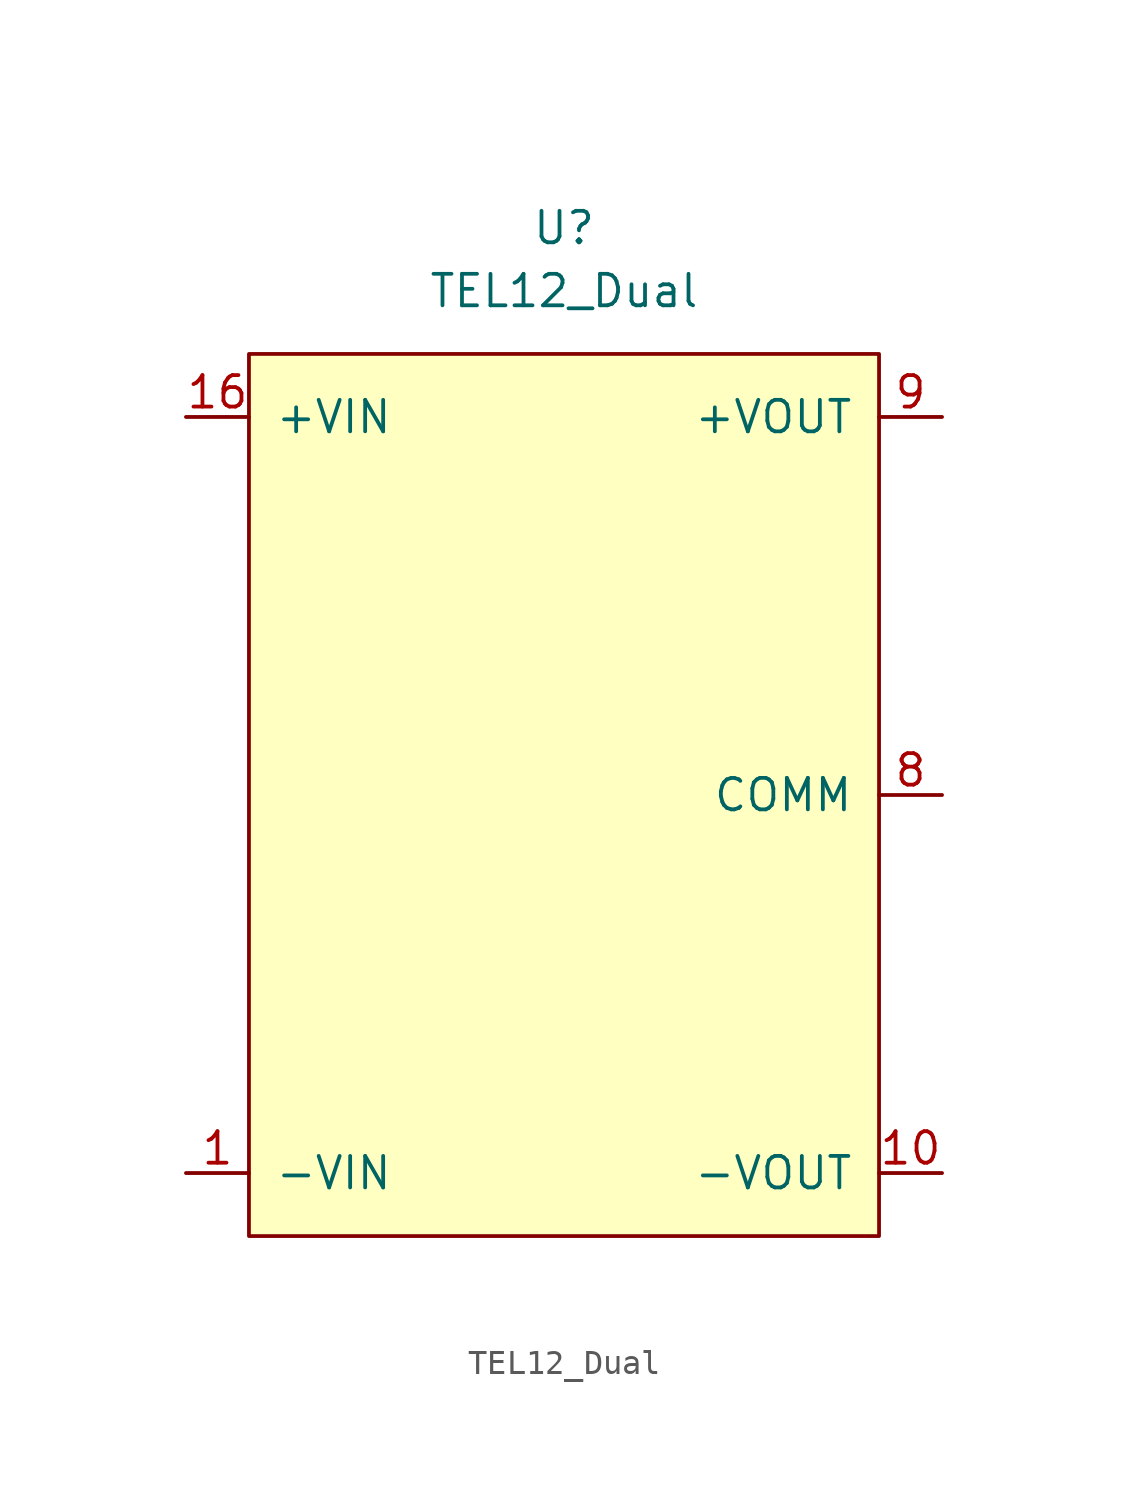
<source format=kicad_sym>
(kicad_symbol_lib
  (version 20220914)
  (generator kicad_symbol_editor)
  (symbol "TEL12_Dual"
    (pin_names
      (offset 1.016))
    (property "Reference" "U"
      (at 0 22.86 0)
      (effects (font (size 1.27 1.27))))
    (property "Value" "TEL12_Dual"
      (at 0 20.32 0)
      (effects (font (size 1.27 1.27))))
    (symbol "TEL12_Dual_0_1"
      (rectangle (start -12.7 17.78) (end 12.7 -17.78) (stroke (width 0.152) (type default)) (fill (type background))))
    (symbol "TEL12_Dual_1_1"
      (pin passive line (at -15.24 -15.24 0) (length 2.54) (name "-VIN" (effects (font (size 1.27 1.27)))) (number "1" (effects (font (size 1.27 1.27)))))
      (pin passive line (at 15.24 -15.24 180) (length 2.54) (name "-VOUT" (effects (font (size 1.27 1.27)))) (number "10" (effects (font (size 1.27 1.27)))))
      (pin passive line (at -15.24 15.24 0) (length 2.54) (name "+VIN" (effects (font (size 1.27 1.27)))) (number "16" (effects (font (size 1.27 1.27)))))
      (pin passive line (at 15.24 0 180) (length 2.54) (name "COMM" (effects (font (size 1.27 1.27)))) (number "8" (effects (font (size 1.27 1.27)))))
      (pin passive line (at 15.24 15.24 180) (length 2.54) (name "+VOUT" (effects (font (size 1.27 1.27)))) (number "9" (effects (font (size 1.27 1.27))))))))
</source>
